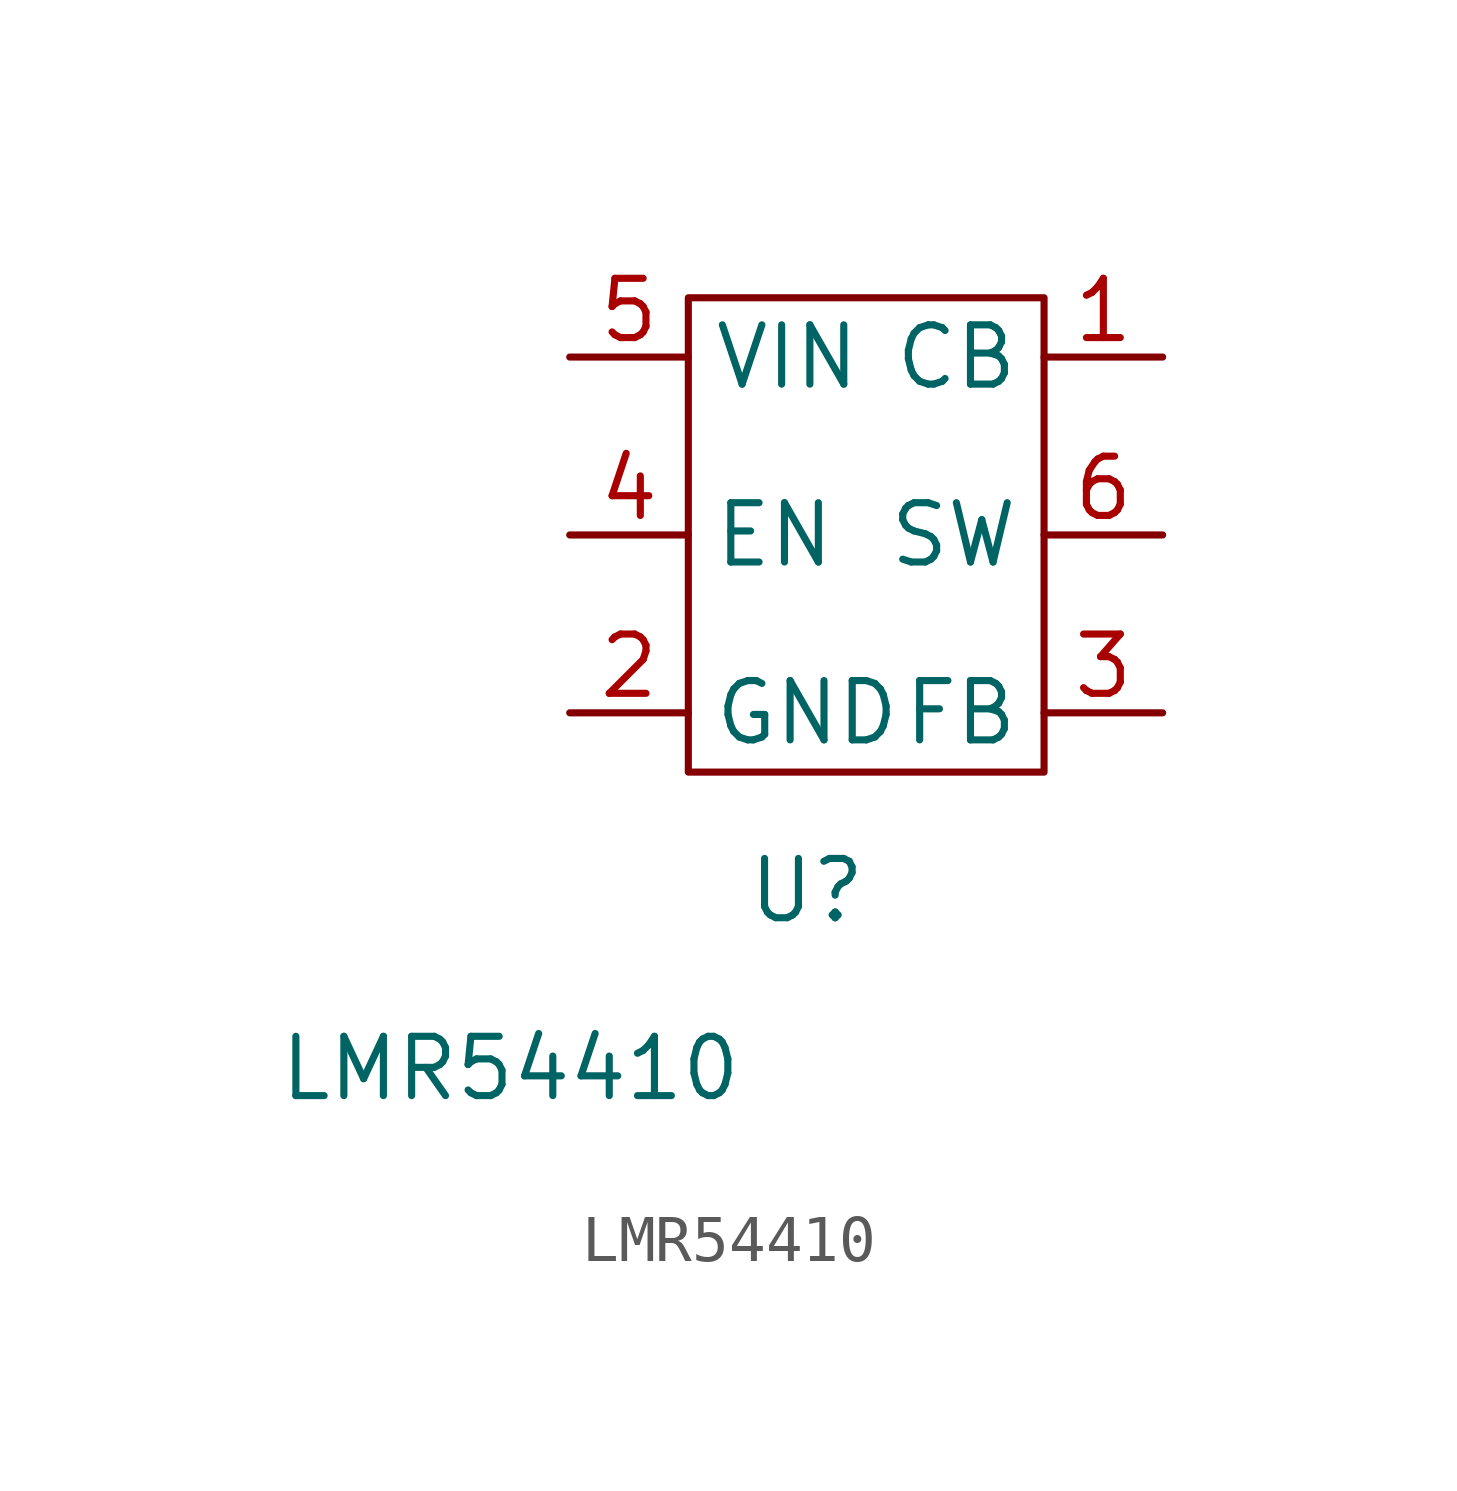
<source format=kicad_sym>
(kicad_symbol_lib
  (version 20220914)
  (generator kicad_symbol_editor)
  (symbol "LMR54410"
    (property "Reference" "U"
      (at -1.27 -7.62 0)
      (effects (font (size 1.27 1.27))))
    (property "Value" "LMR54410"
      (at -7.62 -11.43 0)
      (effects (font (size 1.27 1.27))))
    (symbol "LMR54410_0_1"
      (rectangle (start -3.81 5.08) (end 3.81 -5.08) (stroke (width 0) (type default)) (fill (type none))))
    (symbol "LMR54410_1_1"
      (pin input line (at 6.35 3.81 180) (length 2.54) (name "CB" (effects (font (size 1.27 1.27)))) (number "1" (effects (font (size 1.27 1.27)))))
      (pin input line (at -6.35 -3.81 0) (length 2.54) (name "GND" (effects (font (size 1.27 1.27)))) (number "2" (effects (font (size 1.27 1.27)))))
      (pin input line (at 6.35 -3.81 180) (length 2.54) (name "FB" (effects (font (size 1.27 1.27)))) (number "3" (effects (font (size 1.27 1.27)))))
      (pin input line (at -6.35 0 0) (length 2.54) (name "EN" (effects (font (size 1.27 1.27)))) (number "4" (effects (font (size 1.27 1.27)))))
      (pin input line (at -6.35 3.81 0) (length 2.54) (name "VIN" (effects (font (size 1.27 1.27)))) (number "5" (effects (font (size 1.27 1.27)))))
      (pin input line (at 6.35 0 180) (length 2.54) (name "SW" (effects (font (size 1.27 1.27)))) (number "6" (effects (font (size 1.27 1.27))))))))
</source>
